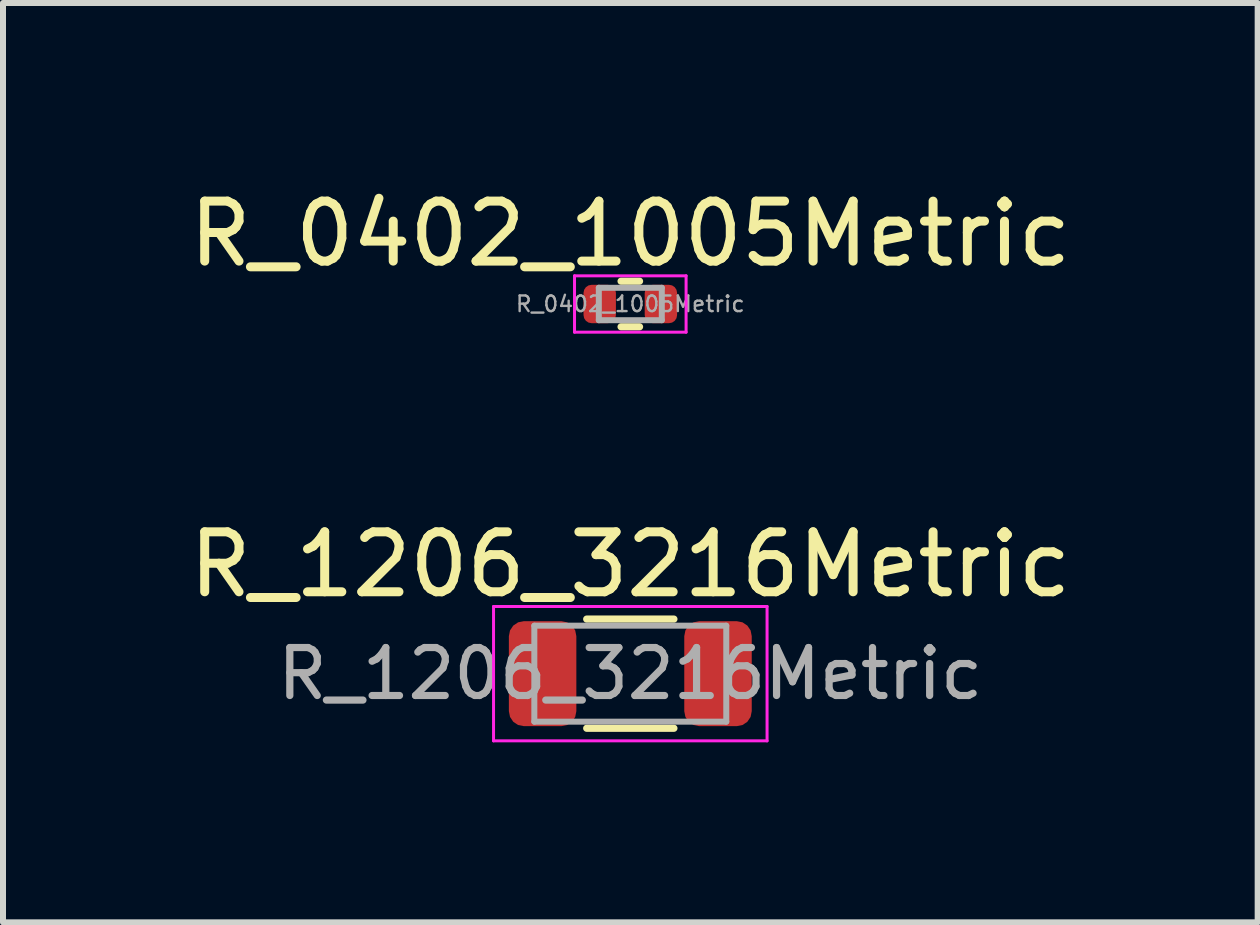
<source format=kicad_pcb>
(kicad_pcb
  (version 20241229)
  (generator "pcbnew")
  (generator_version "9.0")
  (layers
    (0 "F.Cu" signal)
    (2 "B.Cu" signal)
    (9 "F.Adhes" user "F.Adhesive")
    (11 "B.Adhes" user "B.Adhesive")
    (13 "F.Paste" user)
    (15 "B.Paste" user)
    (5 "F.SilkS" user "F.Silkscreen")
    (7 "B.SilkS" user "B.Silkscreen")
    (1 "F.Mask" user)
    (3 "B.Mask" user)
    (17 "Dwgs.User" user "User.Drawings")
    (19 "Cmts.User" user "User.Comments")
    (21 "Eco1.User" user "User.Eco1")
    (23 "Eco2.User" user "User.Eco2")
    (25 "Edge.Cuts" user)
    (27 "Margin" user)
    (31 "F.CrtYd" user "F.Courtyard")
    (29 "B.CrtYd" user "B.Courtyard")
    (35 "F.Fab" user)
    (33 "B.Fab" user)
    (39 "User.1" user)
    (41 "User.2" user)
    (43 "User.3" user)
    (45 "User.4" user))
  (footprint "R_1206_3216Metric"
    (layer "F.Cu")
    (at 7.458 8.181)
    (property "Reference" "R_1206_3216Metric" (at 0 -1.82 0) (layer "F.SilkS") (effects (font (size 1 1) (thickness 0.15))))
    (attr smd)
    (fp_line (start -0.727 -0.91) (end 0.727 -0.91) (stroke (width 0.12) (type solid)) (layer "F.SilkS"))
    (fp_line (start -0.727 0.91) (end 0.727 0.91) (stroke (width 0.12) (type solid)) (layer "F.SilkS"))
    (fp_line (start -2.28 -1.12) (end 2.28 -1.12) (stroke (width 0.05) (type solid)) (layer "F.CrtYd"))
    (fp_line (start -2.28 1.12) (end -2.28 -1.12) (stroke (width 0.05) (type solid)) (layer "F.CrtYd"))
    (fp_line (start 2.28 -1.12) (end 2.28 1.12) (stroke (width 0.05) (type solid)) (layer "F.CrtYd"))
    (fp_line (start 2.28 1.12) (end -2.28 1.12) (stroke (width 0.05) (type solid)) (layer "F.CrtYd"))
    (fp_line (start -1.6 -0.8) (end 1.6 -0.8) (stroke (width 0.1) (type solid)) (layer "F.Fab"))
    (fp_line (start -1.6 0.8) (end -1.6 -0.8) (stroke (width 0.1) (type solid)) (layer "F.Fab"))
    (fp_line (start 1.6 -0.8) (end 1.6 0.8) (stroke (width 0.1) (type solid)) (layer "F.Fab"))
    (fp_line (start 1.6 0.8) (end -1.6 0.8) (stroke (width 0.1) (type solid)) (layer "F.Fab"))
    (fp_text user "${REFERENCE}" (at 0 0 0) (layer "F.Fab") (effects (font (size 0.8 0.8) (thickness 0.12))))
    (pad "1" smd roundrect (at -1.462 0) (size 1.125 1.75) (layers "F.Cu" "F.Mask" "F.Paste") (roundrect_rratio 0.222))
    (pad "2" smd roundrect (at 1.462 0) (size 1.125 1.75) (layers "F.Cu" "F.Mask" "F.Paste") (roundrect_rratio 0.222)))
  (footprint "R_0402_1005Metric"
    (layer "F.Cu")
    (at 7.458 2.018)
    (property "Reference" "R_0402_1005Metric" (at 0 -1.17 0) (layer "F.SilkS") (effects (font (size 1 1) (thickness 0.15))))
    (attr smd)
    (fp_line (start -0.154 -0.38) (end 0.154 -0.38) (stroke (width 0.12) (type solid)) (layer "F.SilkS"))
    (fp_line (start -0.154 0.38) (end 0.154 0.38) (stroke (width 0.12) (type solid)) (layer "F.SilkS"))
    (fp_line (start -0.93 -0.47) (end 0.93 -0.47) (stroke (width 0.05) (type solid)) (layer "F.CrtYd"))
    (fp_line (start -0.93 0.47) (end -0.93 -0.47) (stroke (width 0.05) (type solid)) (layer "F.CrtYd"))
    (fp_line (start 0.93 -0.47) (end 0.93 0.47) (stroke (width 0.05) (type solid)) (layer "F.CrtYd"))
    (fp_line (start 0.93 0.47) (end -0.93 0.47) (stroke (width 0.05) (type solid)) (layer "F.CrtYd"))
    (fp_line (start -0.525 -0.27) (end 0.525 -0.27) (stroke (width 0.1) (type solid)) (layer "F.Fab"))
    (fp_line (start -0.525 0.27) (end -0.525 -0.27) (stroke (width 0.1) (type solid)) (layer "F.Fab"))
    (fp_line (start 0.525 -0.27) (end 0.525 0.27) (stroke (width 0.1) (type solid)) (layer "F.Fab"))
    (fp_line (start 0.525 0.27) (end -0.525 0.27) (stroke (width 0.1) (type solid)) (layer "F.Fab"))
    (fp_text user "${REFERENCE}" (at 0 0 0) (layer "F.Fab") (effects (font (size 0.26 0.26) (thickness 0.04))))
    (pad "1" smd roundrect (at -0.51 0) (size 0.54 0.64) (layers "F.Cu" "F.Mask" "F.Paste") (roundrect_rratio 0.25))
    (pad "2" smd roundrect (at 0.51 0) (size 0.54 0.64) (layers "F.Cu" "F.Mask" "F.Paste") (roundrect_rratio 0.25)))
  (gr_rect
    (start -3 -3)
    (end 17.917 12.326)
    (stroke (width 0.1) (type default))
    (fill no)
    (layer "Edge.Cuts")))
</source>
